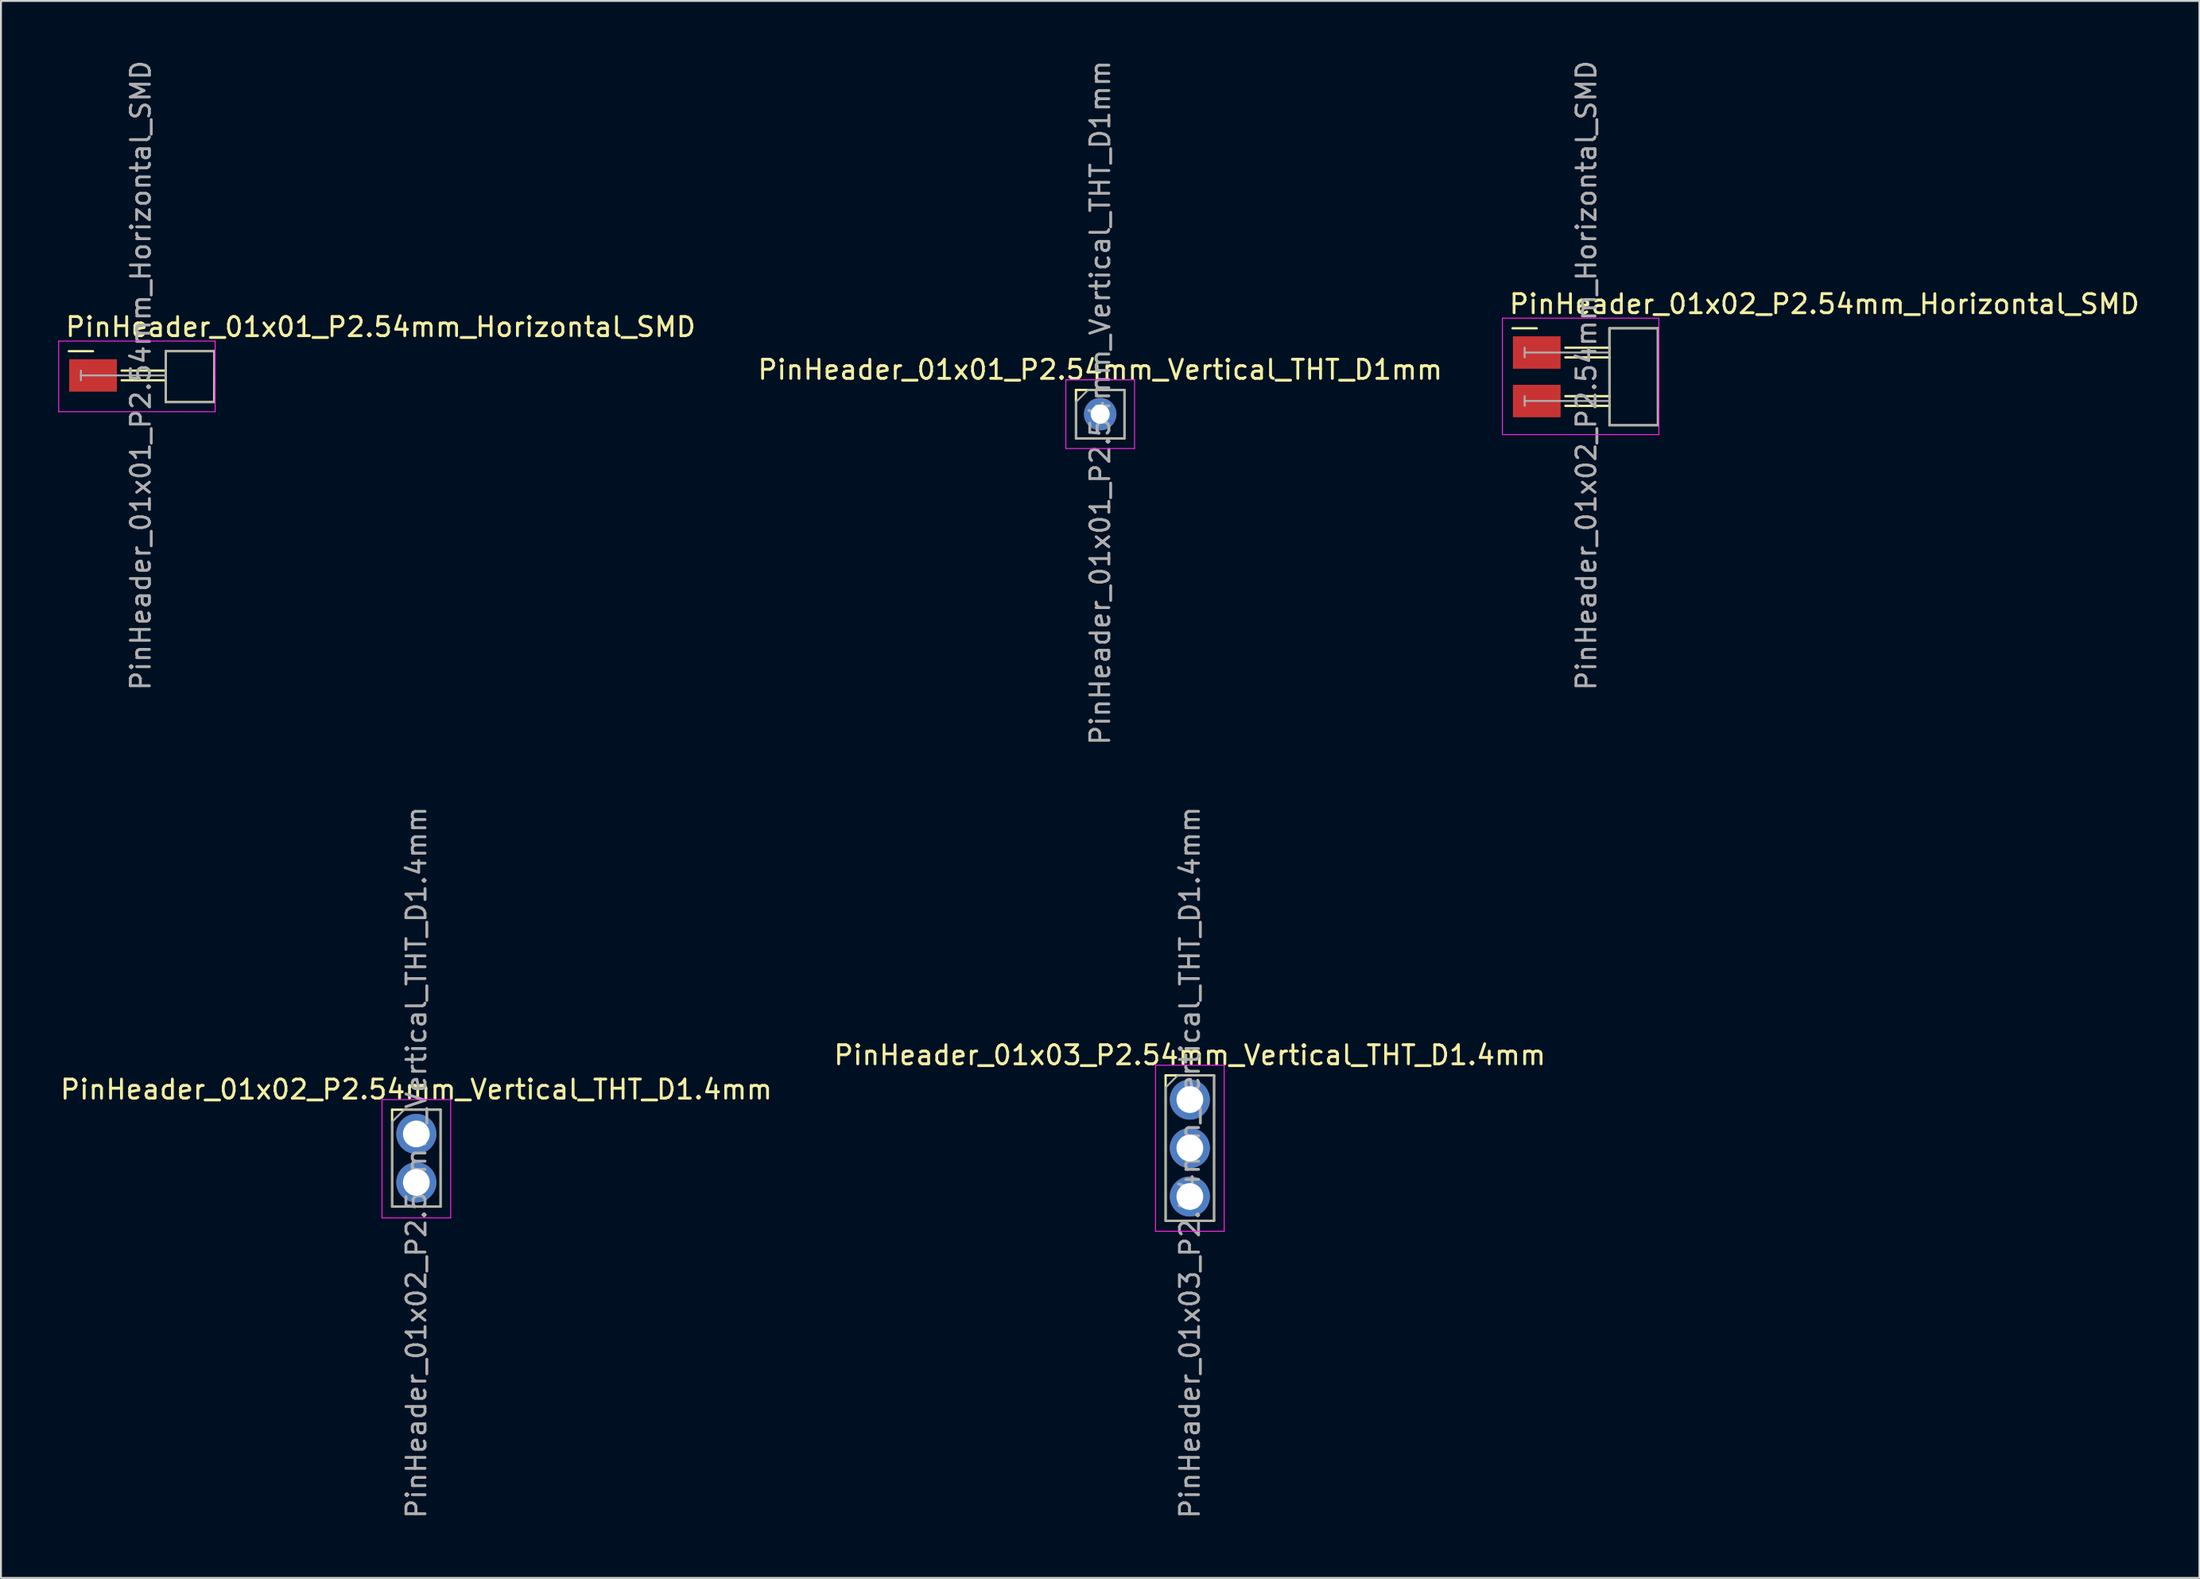
<source format=kicad_pcb>
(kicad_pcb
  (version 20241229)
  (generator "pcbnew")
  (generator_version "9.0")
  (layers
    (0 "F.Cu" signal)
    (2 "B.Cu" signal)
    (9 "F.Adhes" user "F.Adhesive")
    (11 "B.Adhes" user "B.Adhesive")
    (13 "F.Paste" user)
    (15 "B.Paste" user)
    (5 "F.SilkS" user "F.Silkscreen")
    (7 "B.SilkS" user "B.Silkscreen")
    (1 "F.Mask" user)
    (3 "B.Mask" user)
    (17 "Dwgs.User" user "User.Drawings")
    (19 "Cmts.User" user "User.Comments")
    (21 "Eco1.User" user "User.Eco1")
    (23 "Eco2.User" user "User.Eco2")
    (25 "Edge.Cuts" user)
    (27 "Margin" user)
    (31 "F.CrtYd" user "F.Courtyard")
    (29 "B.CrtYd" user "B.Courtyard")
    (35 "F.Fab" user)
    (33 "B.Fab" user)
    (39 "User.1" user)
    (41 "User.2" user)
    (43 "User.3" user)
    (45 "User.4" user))
  (footprint "PinHeader_01x02_P2.54mm_Horizontal_SMD"
    (layer "F.Cu")
    (at 77.483 15.425)
    (property "Reference" "PinHeader_01x02_P2.54mm_Horizontal_SMD" (at -1.524 -2.54 180) (layer "F.SilkS") (effects (font (size 1 1) (thickness 0.15)) (justify left)))
    (attr smd)
    (fp_line (start -1.27 -1.27) (end 0 -1.27) (stroke (width 0.12) (type solid)) (layer "F.SilkS"))
    (fp_line (start 3.81 -1.27) (end 6.35 -1.27) (stroke (width 0.12) (type solid)) (layer "F.SilkS"))
    (fp_line (start 3.81 -0.254) (end 1.5 -0.254) (stroke (width 0.12) (type solid)) (layer "F.SilkS"))
    (fp_line (start 3.81 0.254) (end 1.5 0.254) (stroke (width 0.12) (type solid)) (layer "F.SilkS"))
    (fp_line (start 3.81 2.286) (end 1.5 2.286) (stroke (width 0.12) (type solid)) (layer "F.SilkS"))
    (fp_line (start 3.81 2.794) (end 1.5 2.794) (stroke (width 0.12) (type solid)) (layer "F.SilkS"))
    (fp_line (start 3.81 3.81) (end 3.81 -1.27) (stroke (width 0.12) (type solid)) (layer "F.SilkS"))
    (fp_line (start 6.35 -1.27) (end 6.35 3.81) (stroke (width 0.12) (type solid)) (layer "F.SilkS"))
    (fp_line (start 6.35 3.81) (end 3.81 3.81) (stroke (width 0.12) (type solid)) (layer "F.SilkS"))
    (fp_line (start -1.8 -1.8) (end -1.8 4.3) (stroke (width 0.05) (type solid)) (layer "F.CrtYd"))
    (fp_line (start -1.8 4.3) (end 6.4 4.3) (stroke (width 0.05) (type solid)) (layer "F.CrtYd"))
    (fp_line (start 6.4 -1.8) (end -1.8 -1.8) (stroke (width 0.05) (type solid)) (layer "F.CrtYd"))
    (fp_line (start 6.4 4.3) (end 6.4 -1.8) (stroke (width 0.05) (type solid)) (layer "F.CrtYd"))
    (fp_line (start -0.635 -0.254) (end -0.635 0.254) (stroke (width 0.1) (type solid)) (layer "F.Fab"))
    (fp_line (start -0.635 2.286) (end -0.635 2.794) (stroke (width 0.1) (type solid)) (layer "F.Fab"))
    (fp_line (start 3.8 -1.27) (end 6.34 -1.27) (stroke (width 0.1) (type solid)) (layer "F.Fab"))
    (fp_line (start 3.8 3.81) (end 6.35 3.81) (stroke (width 0.1) (type solid)) (layer "F.Fab"))
    (fp_line (start 3.81 0) (end -0.635 0) (stroke (width 0.1) (type solid)) (layer "F.Fab"))
    (fp_line (start 3.81 2.54) (end -0.635 2.54) (stroke (width 0.1) (type solid)) (layer "F.Fab"))
    (fp_line (start 3.81 3.81) (end 3.8 -1.27) (stroke (width 0.1) (type solid)) (layer "F.Fab"))
    (fp_line (start 6.34 -1.27) (end 6.35 3.81) (stroke (width 0.1) (type solid)) (layer "F.Fab"))
    (fp_text user "${REFERENCE}" (at 2.6 1.2 90) (layer "F.Fab") (effects (font (size 1 1) (thickness 0.15))))
    (pad "1" smd rect (at 0 0) (size 2.5 1.7) (layers "F.Cu" "F.Mask" "F.Paste"))
    (pad "2" smd rect (at 0 2.54) (size 2.5 1.7) (layers "F.Cu" "F.Mask" "F.Paste")))
  (footprint "PinHeader_01x02_P2.54mm_Vertical_THT_D1.4mm"
    (layer "F.Cu")
    (at 18.768 56.375)
    (property "Reference" "PinHeader_01x02_P2.54mm_Vertical_THT_D1.4mm" (at 0 -2.33 0) (layer "F.SilkS") (effects (font (size 1 1) (thickness 0.15))))
    (attr through_hole)
    (fp_line (start -1.27 -1.27) (end -1.27 3.81) (stroke (width 0.12) (type solid)) (layer "F.SilkS"))
    (fp_line (start -1.27 -1.27) (end 1.27 -1.27) (stroke (width 0.12) (type solid)) (layer "F.SilkS"))
    (fp_line (start -1.27 3.81) (end 1.27 3.81) (stroke (width 0.12) (type solid)) (layer "F.SilkS"))
    (fp_line (start 1.27 -1.27) (end 1.27 3.81) (stroke (width 0.12) (type solid)) (layer "F.SilkS"))
    (fp_line (start -1.8 -1.8) (end -1.8 4.4) (stroke (width 0.05) (type solid)) (layer "F.CrtYd"))
    (fp_line (start -1.8 4.4) (end 1.8 4.4) (stroke (width 0.05) (type solid)) (layer "F.CrtYd"))
    (fp_line (start 1.8 -1.8) (end -1.8 -1.8) (stroke (width 0.05) (type solid)) (layer "F.CrtYd"))
    (fp_line (start 1.8 4.4) (end 1.8 -1.8) (stroke (width 0.05) (type solid)) (layer "F.CrtYd"))
    (fp_line (start -1.27 -0.635) (end -0.635 -1.27) (stroke (width 0.1) (type solid)) (layer "F.Fab"))
    (fp_line (start -1.27 3.81) (end -1.27 -0.635) (stroke (width 0.1) (type solid)) (layer "F.Fab"))
    (fp_line (start -0.635 -1.27) (end 1.27 -1.27) (stroke (width 0.1) (type solid)) (layer "F.Fab"))
    (fp_line (start 1.27 -1.27) (end 1.27 3.81) (stroke (width 0.1) (type solid)) (layer "F.Fab"))
    (fp_line (start 1.27 3.81) (end -1.27 3.81) (stroke (width 0.1) (type solid)) (layer "F.Fab"))
    (fp_text user "${REFERENCE}" (at 0 1.5 90) (layer "F.Fab") (effects (font (size 1 1) (thickness 0.15))))
    (pad "1" thru_hole circle (at 0 0) (size 2.1 2.1) (drill 1.4) (layers "*.Cu" "*.Mask"))
    (pad "2" thru_hole circle (at 0 2.54) (size 2.1 2.1) (drill 1.4) (layers "*.Cu" "*.Mask")))
  (footprint "PinHeader_01x01_P2.54mm_Horizontal_SMD"
    (layer "F.Cu")
    (at 1.825 16.625)
    (property "Reference" "PinHeader_01x01_P2.54mm_Horizontal_SMD" (at -1.524 -2.54 180) (layer "F.SilkS") (effects (font (size 1 1) (thickness 0.15)) (justify left)))
    (attr smd)
    (fp_line (start -1.27 -1.27) (end 0 -1.27) (stroke (width 0.12) (type solid)) (layer "F.SilkS"))
    (fp_line (start 3.81 -1.27) (end 6.35 -1.27) (stroke (width 0.12) (type solid)) (layer "F.SilkS"))
    (fp_line (start 3.81 -0.254) (end 1.5 -0.254) (stroke (width 0.12) (type solid)) (layer "F.SilkS"))
    (fp_line (start 3.81 0.254) (end 1.5 0.254) (stroke (width 0.12) (type solid)) (layer "F.SilkS"))
    (fp_line (start 3.81 1.397) (end 3.81 -1.27) (stroke (width 0.12) (type solid)) (layer "F.SilkS"))
    (fp_line (start 6.35 -1.27) (end 6.35 1.397) (stroke (width 0.12) (type solid)) (layer "F.SilkS"))
    (fp_line (start 6.35 1.397) (end 3.81 1.397) (stroke (width 0.12) (type solid)) (layer "F.SilkS"))
    (fp_line (start -1.8 -1.8) (end -1.8 1.9) (stroke (width 0.05) (type solid)) (layer "F.CrtYd"))
    (fp_line (start -1.8 1.9) (end 6.4 1.9) (stroke (width 0.05) (type solid)) (layer "F.CrtYd"))
    (fp_line (start 6.4 -1.8) (end -1.8 -1.8) (stroke (width 0.05) (type solid)) (layer "F.CrtYd"))
    (fp_line (start 6.4 1.9) (end 6.4 -1.8) (stroke (width 0.05) (type solid)) (layer "F.CrtYd"))
    (fp_line (start -0.635 -0.254) (end -0.635 0.254) (stroke (width 0.1) (type solid)) (layer "F.Fab"))
    (fp_line (start 3.8 -1.27) (end 6.34 -1.27) (stroke (width 0.1) (type solid)) (layer "F.Fab"))
    (fp_line (start 3.81 0) (end -0.635 0) (stroke (width 0.1) (type solid)) (layer "F.Fab"))
    (fp_line (start 3.81 1.4) (end 3.8 -1.27) (stroke (width 0.1) (type solid)) (layer "F.Fab"))
    (fp_line (start 3.81 1.4) (end 6.36 1.4) (stroke (width 0.1) (type solid)) (layer "F.Fab"))
    (fp_line (start 6.34 -1.27) (end 6.36 1.4) (stroke (width 0.1) (type solid)) (layer "F.Fab"))
    (fp_text user "${REFERENCE}" (at 2.5 0 90) (layer "F.Fab") (effects (font (size 1 1) (thickness 0.15))))
    (pad "1" smd rect (at 0 0) (size 2.5 1.7) (layers "F.Cu" "F.Mask" "F.Paste")))
  (footprint "PinHeader_01x03_P2.54mm_Vertical_THT_D1.4mm"
    (layer "F.Cu")
    (at 59.304 54.575)
    (property "Reference" "PinHeader_01x03_P2.54mm_Vertical_THT_D1.4mm" (at 0 -2.33 0) (layer "F.SilkS") (effects (font (size 1 1) (thickness 0.15))))
    (attr through_hole)
    (fp_line (start -1.27 -1.27) (end -1.27 6.35) (stroke (width 0.12) (type solid)) (layer "F.SilkS"))
    (fp_line (start -1.27 -1.27) (end 1.27 -1.27) (stroke (width 0.12) (type solid)) (layer "F.SilkS"))
    (fp_line (start -1.27 6.35) (end 1.27 6.35) (stroke (width 0.12) (type solid)) (layer "F.SilkS"))
    (fp_line (start 1.27 -1.27) (end 1.27 6.35) (stroke (width 0.12) (type solid)) (layer "F.SilkS"))
    (fp_line (start -1.8 -1.8) (end -1.8 6.9) (stroke (width 0.05) (type solid)) (layer "F.CrtYd"))
    (fp_line (start -1.8 6.9) (end 1.8 6.9) (stroke (width 0.05) (type solid)) (layer "F.CrtYd"))
    (fp_line (start 1.8 -1.8) (end -1.8 -1.8) (stroke (width 0.05) (type solid)) (layer "F.CrtYd"))
    (fp_line (start 1.8 6.9) (end 1.8 -1.8) (stroke (width 0.05) (type solid)) (layer "F.CrtYd"))
    (fp_line (start -1.27 -0.635) (end -0.635 -1.27) (stroke (width 0.1) (type solid)) (layer "F.Fab"))
    (fp_line (start -1.27 6.35) (end -1.27 -0.635) (stroke (width 0.1) (type solid)) (layer "F.Fab"))
    (fp_line (start -0.635 -1.27) (end 1.27 -1.27) (stroke (width 0.1) (type solid)) (layer "F.Fab"))
    (fp_line (start 1.27 -1.27) (end 1.27 6.35) (stroke (width 0.1) (type solid)) (layer "F.Fab"))
    (fp_line (start 1.27 6.35) (end -1.27 6.35) (stroke (width 0.1) (type solid)) (layer "F.Fab"))
    (fp_text user "${REFERENCE}" (at 0 3.3 90) (layer "F.Fab") (effects (font (size 1 1) (thickness 0.15))))
    (pad "1" thru_hole circle (at 0 0) (size 2.1 2.1) (drill 1.4) (layers "*.Cu" "*.Mask"))
    (pad "2" thru_hole circle (at 0 2.54) (size 2.1 2.1) (drill 1.4) (layers "*.Cu" "*.Mask"))
    (pad "3" thru_hole circle (at 0 5.08) (size 2.1 2.1) (drill 1.4) (layers "*.Cu" "*.Mask")))
  (footprint "PinHeader_01x01_P2.54mm_Vertical_THT_D1mm"
    (layer "F.Cu")
    (at 54.605 18.654)
    (property "Reference" "PinHeader_01x01_P2.54mm_Vertical_THT_D1mm" (at 0 -2.33 0) (layer "F.SilkS") (effects (font (size 1 1) (thickness 0.15))))
    (attr through_hole)
    (fp_line (start -1.27 -1.27) (end -1.27 1.27) (stroke (width 0.12) (type solid)) (layer "F.SilkS"))
    (fp_line (start -1.27 -1.27) (end 1.27 -1.27) (stroke (width 0.12) (type solid)) (layer "F.SilkS"))
    (fp_line (start -1.27 1.27) (end 1.27 1.27) (stroke (width 0.12) (type solid)) (layer "F.SilkS"))
    (fp_line (start 1.27 -1.27) (end 1.27 1.27) (stroke (width 0.12) (type solid)) (layer "F.SilkS"))
    (fp_line (start -1.8 -1.8) (end -1.8 1.8) (stroke (width 0.05) (type solid)) (layer "F.CrtYd"))
    (fp_line (start -1.8 1.8) (end 1.8 1.8) (stroke (width 0.05) (type solid)) (layer "F.CrtYd"))
    (fp_line (start 1.8 -1.8) (end -1.8 -1.8) (stroke (width 0.05) (type solid)) (layer "F.CrtYd"))
    (fp_line (start 1.8 1.8) (end 1.8 -1.8) (stroke (width 0.05) (type solid)) (layer "F.CrtYd"))
    (fp_line (start -1.27 -0.635) (end -0.635 -1.27) (stroke (width 0.1) (type solid)) (layer "F.Fab"))
    (fp_line (start -1.27 1.27) (end -1.27 -0.635) (stroke (width 0.1) (type solid)) (layer "F.Fab"))
    (fp_line (start -0.635 -1.27) (end 1.27 -1.27) (stroke (width 0.1) (type solid)) (layer "F.Fab"))
    (fp_line (start 1.27 -1.27) (end 1.27 1.27) (stroke (width 0.1) (type solid)) (layer "F.Fab"))
    (fp_line (start 1.27 1.27) (end -1.27 1.27) (stroke (width 0.1) (type solid)) (layer "F.Fab"))
    (fp_text user "${REFERENCE}" (at 0 -0.6 90) (layer "F.Fab") (effects (font (size 1 1) (thickness 0.15))))
    (pad "1" thru_hole oval (at 0 0) (size 1.7 1.7) (drill 1) (layers "*.Cu" "*.Mask")))
  (gr_rect
    (start -3 -3)
    (end 112.209 79.643)
    (stroke (width 0.1) (type default))
    (fill no)
    (layer "Edge.Cuts")))
</source>
